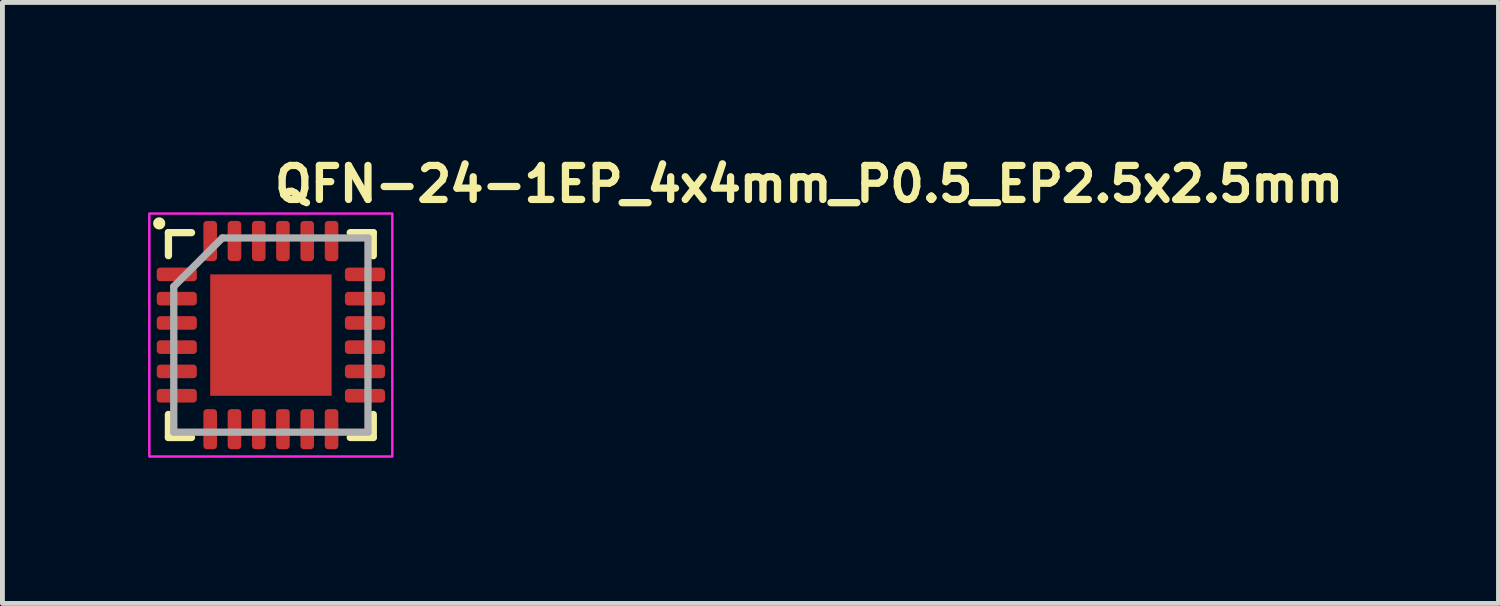
<source format=kicad_pcb>
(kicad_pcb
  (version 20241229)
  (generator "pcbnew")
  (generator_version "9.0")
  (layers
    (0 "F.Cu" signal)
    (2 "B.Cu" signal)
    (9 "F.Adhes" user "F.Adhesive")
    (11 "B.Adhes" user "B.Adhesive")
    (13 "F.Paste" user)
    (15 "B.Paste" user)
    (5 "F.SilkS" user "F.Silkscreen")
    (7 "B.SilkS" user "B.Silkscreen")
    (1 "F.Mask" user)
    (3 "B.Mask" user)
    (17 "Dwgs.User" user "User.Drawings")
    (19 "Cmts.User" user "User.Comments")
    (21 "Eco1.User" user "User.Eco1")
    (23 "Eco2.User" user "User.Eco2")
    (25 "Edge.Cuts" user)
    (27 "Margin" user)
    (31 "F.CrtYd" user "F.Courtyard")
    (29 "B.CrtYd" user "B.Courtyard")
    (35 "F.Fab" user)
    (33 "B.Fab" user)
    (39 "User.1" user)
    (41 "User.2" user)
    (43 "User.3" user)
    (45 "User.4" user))
  (footprint "QFN-24-1EP_4x4mm_P0.5_EP2.5x2.5mm"
    (layer "F.Cu")
    (at 2.528 3.85)
    (property "Reference" "QFN-24-1EP_4x4mm_P0.5_EP2.5x2.5mm" (at 0 -2.7 0) (layer "F.SilkS") (effects (font (size 0.7 0.7) (thickness 0.15)) (justify left bottom)))
    (attr smd)
    (fp_line (start -2.11 -1.636) (end -2.11 -2.11) (stroke (width 0.15) (type solid)) (layer "F.SilkS"))
    (fp_line (start -2.11 2.108) (end -2.11 1.634) (stroke (width 0.15) (type solid)) (layer "F.SilkS"))
    (fp_line (start -1.635 -2.11) (end -2.11 -2.11) (stroke (width 0.15) (type solid)) (layer "F.SilkS"))
    (fp_line (start -1.635 2.108) (end -2.11 2.108) (stroke (width 0.15) (type solid)) (layer "F.SilkS"))
    (fp_line (start 1.634 -2.11) (end 2.108 -2.11) (stroke (width 0.15) (type solid)) (layer "F.SilkS"))
    (fp_line (start 1.634 2.108) (end 2.108 2.108) (stroke (width 0.15) (type solid)) (layer "F.SilkS"))
    (fp_line (start 2.108 -2.11) (end 2.108 -1.635) (stroke (width 0.15) (type solid)) (layer "F.SilkS"))
    (fp_line (start 2.108 2.108) (end 2.108 1.634) (stroke (width 0.15) (type solid)) (layer "F.SilkS"))
    (fp_circle (center -2.3 -2.3) (end -2.25 -2.3) (stroke (width 0.15) (type solid)) (fill yes) (layer "F.SilkS"))
    (fp_rect (start -2.503 -2.503) (end 2.5 2.5) (stroke (width 0.05) (type solid)) (fill no) (layer "F.CrtYd"))
    (fp_line (start -2 -1) (end -1 -2) (stroke (width 0.15) (type solid)) (layer "F.Fab"))
    (fp_line (start -2 1.999) (end -2 -1) (stroke (width 0.15) (type solid)) (layer "F.Fab"))
    (fp_line (start -1 -2) (end 1.999 -2) (stroke (width 0.15) (type solid)) (layer "F.Fab"))
    (fp_line (start 1.999 -2) (end 1.999 1.999) (stroke (width 0.15) (type solid)) (layer "F.Fab"))
    (fp_line (start 1.999 1.999) (end -2 1.999) (stroke (width 0.15) (type solid)) (layer "F.Fab"))
    (fp_rect (start -2.003 -2.003) (end 2 2) (stroke (width 0.1) (type solid)) (fill no) (layer "User.5"))
    (fp_line (start -2 -1.364) (end -1.999 -1.364) (stroke (width 0.02) (type solid)) (layer "User.9"))
    (fp_line (start -2 -1.134) (end -2 -1.364) (stroke (width 0.02) (type solid)) (layer "User.9"))
    (fp_line (start -2 -0.863) (end -1.999 -0.863) (stroke (width 0.02) (type solid)) (layer "User.9"))
    (fp_line (start -2 -0.633) (end -2 -0.863) (stroke (width 0.02) (type solid)) (layer "User.9"))
    (fp_line (start -2 -0.363) (end -1.999 -0.363) (stroke (width 0.02) (type solid)) (layer "User.9"))
    (fp_line (start -2 -0.135) (end -2 -0.363) (stroke (width 0.02) (type solid)) (layer "User.9"))
    (fp_line (start -2 0.137) (end -1.999 0.137) (stroke (width 0.02) (type solid)) (layer "User.9"))
    (fp_line (start -2 0.365) (end -2 0.137) (stroke (width 0.02) (type solid)) (layer "User.9"))
    (fp_line (start -2 0.635) (end -1.999 0.635) (stroke (width 0.02) (type solid)) (layer "User.9"))
    (fp_line (start -2 0.865) (end -2 0.635) (stroke (width 0.02) (type solid)) (layer "User.9"))
    (fp_line (start -2 1.135) (end -1.999 1.135) (stroke (width 0.02) (type solid)) (layer "User.9"))
    (fp_line (start -2 1.365) (end -2 1.135) (stroke (width 0.02) (type solid)) (layer "User.9"))
    (fp_line (start -1.999 -1.999) (end -1.999 2) (stroke (width 0.02) (type solid)) (layer "User.9"))
    (fp_line (start -1.999 -1.134) (end -2 -1.134) (stroke (width 0.02) (type solid)) (layer "User.9"))
    (fp_line (start -1.999 -0.633) (end -2 -0.633) (stroke (width 0.02) (type solid)) (layer "User.9"))
    (fp_line (start -1.999 -0.135) (end -2 -0.135) (stroke (width 0.02) (type solid)) (layer "User.9"))
    (fp_line (start -1.999 0.365) (end -2 0.365) (stroke (width 0.02) (type solid)) (layer "User.9"))
    (fp_line (start -1.999 0.865) (end -2 0.865) (stroke (width 0.02) (type solid)) (layer "User.9"))
    (fp_line (start -1.999 1.365) (end -2 1.365) (stroke (width 0.02) (type solid)) (layer "User.9"))
    (fp_line (start -1.999 2) (end 2 2) (stroke (width 0.02) (type solid)) (layer "User.9"))
    (fp_line (start -1.6 -1.499) (end -1.598 -1.493) (stroke (width 0.02) (type solid)) (layer "User.9"))
    (fp_line (start -1.598 -1.519) (end -1.598 -1.515) (stroke (width 0.02) (type solid)) (layer "User.9"))
    (fp_line (start -1.598 -1.515) (end -1.598 -1.513) (stroke (width 0.02) (type solid)) (layer "User.9"))
    (fp_line (start -1.598 -1.513) (end -1.598 -1.509) (stroke (width 0.02) (type solid)) (layer "User.9"))
    (fp_line (start -1.598 -1.509) (end -1.598 -1.505) (stroke (width 0.02) (type solid)) (layer "User.9"))
    (fp_line (start -1.598 -1.505) (end -1.598 -1.503) (stroke (width 0.02) (type solid)) (layer "User.9"))
    (fp_line (start -1.598 -1.503) (end -1.6 -1.499) (stroke (width 0.02) (type solid)) (layer "User.9"))
    (fp_line (start -1.598 -1.493) (end -1.598 -1.485) (stroke (width 0.02) (type solid)) (layer "User.9"))
    (fp_line (start -1.598 -1.485) (end -1.598 -1.479) (stroke (width 0.02) (type solid)) (layer "User.9"))
    (fp_line (start -1.598 -1.479) (end -1.596 -1.473) (stroke (width 0.02) (type solid)) (layer "User.9"))
    (fp_line (start -1.596 -1.525) (end -1.596 -1.521) (stroke (width 0.02) (type solid)) (layer "User.9"))
    (fp_line (start -1.596 -1.521) (end -1.598 -1.519) (stroke (width 0.02) (type solid)) (layer "User.9"))
    (fp_line (start -1.596 -1.473) (end -1.594 -1.467) (stroke (width 0.02) (type solid)) (layer "User.9"))
    (fp_line (start -1.594 -1.531) (end -1.594 -1.529) (stroke (width 0.02) (type solid)) (layer "User.9"))
    (fp_line (start -1.594 -1.529) (end -1.596 -1.525) (stroke (width 0.02) (type solid)) (layer "User.9"))
    (fp_line (start -1.594 -1.467) (end -1.592 -1.461) (stroke (width 0.02) (type solid)) (layer "User.9"))
    (fp_line (start -1.592 -1.538) (end -1.592 -1.535) (stroke (width 0.02) (type solid)) (layer "User.9"))
    (fp_line (start -1.592 -1.535) (end -1.594 -1.531) (stroke (width 0.02) (type solid)) (layer "User.9"))
    (fp_line (start -1.592 -1.461) (end -1.588 -1.455) (stroke (width 0.02) (type solid)) (layer "User.9"))
    (fp_line (start -1.59 -1.54) (end -1.592 -1.538) (stroke (width 0.02) (type solid)) (layer "User.9"))
    (fp_line (start -1.588 -1.546) (end -1.588 -1.544) (stroke (width 0.02) (type solid)) (layer "User.9"))
    (fp_line (start -1.588 -1.544) (end -1.59 -1.54) (stroke (width 0.02) (type solid)) (layer "User.9"))
    (fp_line (start -1.588 -1.455) (end -1.586 -1.449) (stroke (width 0.02) (type solid)) (layer "User.9"))
    (fp_line (start -1.586 -1.55) (end -1.588 -1.546) (stroke (width 0.02) (type solid)) (layer "User.9"))
    (fp_line (start -1.586 -1.449) (end -1.582 -1.443) (stroke (width 0.02) (type solid)) (layer "User.9"))
    (fp_line (start -1.584 -1.552) (end -1.586 -1.55) (stroke (width 0.02) (type solid)) (layer "User.9"))
    (fp_line (start -1.582 -1.554) (end -1.584 -1.552) (stroke (width 0.02) (type solid)) (layer "User.9"))
    (fp_line (start -1.582 -1.443) (end -1.578 -1.439) (stroke (width 0.02) (type solid)) (layer "User.9"))
    (fp_line (start -1.58 -1.558) (end -1.582 -1.554) (stroke (width 0.02) (type solid)) (layer "User.9"))
    (fp_line (start -1.578 -1.56) (end -1.58 -1.558) (stroke (width 0.02) (type solid)) (layer "User.9"))
    (fp_line (start -1.578 -1.439) (end -1.574 -1.433) (stroke (width 0.02) (type solid)) (layer "User.9"))
    (fp_line (start -1.576 -1.562) (end -1.578 -1.56) (stroke (width 0.02) (type solid)) (layer "User.9"))
    (fp_line (start -1.574 -1.564) (end -1.576 -1.562) (stroke (width 0.02) (type solid)) (layer "User.9"))
    (fp_line (start -1.574 -1.433) (end -1.57 -1.429) (stroke (width 0.02) (type solid)) (layer "User.9"))
    (fp_line (start -1.572 -1.568) (end -1.574 -1.564) (stroke (width 0.02) (type solid)) (layer "User.9"))
    (fp_line (start -1.57 -1.57) (end -1.572 -1.568) (stroke (width 0.02) (type solid)) (layer "User.9"))
    (fp_line (start -1.57 -1.429) (end -1.566 -1.423) (stroke (width 0.02) (type solid)) (layer "User.9"))
    (fp_line (start -1.568 -1.572) (end -1.57 -1.57) (stroke (width 0.02) (type solid)) (layer "User.9"))
    (fp_line (start -1.566 -1.574) (end -1.568 -1.572) (stroke (width 0.02) (type solid)) (layer "User.9"))
    (fp_line (start -1.566 -1.423) (end -1.56 -1.419) (stroke (width 0.02) (type solid)) (layer "User.9"))
    (fp_line (start -1.562 -1.576) (end -1.566 -1.574) (stroke (width 0.02) (type solid)) (layer "User.9"))
    (fp_line (start -1.56 -1.578) (end -1.562 -1.576) (stroke (width 0.02) (type solid)) (layer "User.9"))
    (fp_line (start -1.56 -1.419) (end -1.554 -1.415) (stroke (width 0.02) (type solid)) (layer "User.9"))
    (fp_line (start -1.558 -1.58) (end -1.56 -1.578) (stroke (width 0.02) (type solid)) (layer "User.9"))
    (fp_line (start -1.554 -1.582) (end -1.558 -1.58) (stroke (width 0.02) (type solid)) (layer "User.9"))
    (fp_line (start -1.554 -1.415) (end -1.55 -1.413) (stroke (width 0.02) (type solid)) (layer "User.9"))
    (fp_line (start -1.552 -1.584) (end -1.554 -1.582) (stroke (width 0.02) (type solid)) (layer "User.9"))
    (fp_line (start -1.55 -1.586) (end -1.552 -1.584) (stroke (width 0.02) (type solid)) (layer "User.9"))
    (fp_line (start -1.55 -1.586) (end -1.55 -1.586) (stroke (width 0.02) (type solid)) (layer "User.9"))
    (fp_line (start -1.55 -1.413) (end -1.55 -1.413) (stroke (width 0.02) (type solid)) (layer "User.9"))
    (fp_line (start -1.55 -1.413) (end -1.544 -1.409) (stroke (width 0.02) (type solid)) (layer "User.9"))
    (fp_line (start -1.544 -1.588) (end -1.55 -1.586) (stroke (width 0.02) (type solid)) (layer "User.9"))
    (fp_line (start -1.544 -1.409) (end -1.538 -1.406) (stroke (width 0.02) (type solid)) (layer "User.9"))
    (fp_line (start -1.538 -1.592) (end -1.544 -1.588) (stroke (width 0.02) (type solid)) (layer "User.9"))
    (fp_line (start -1.538 -1.406) (end -1.531 -1.404) (stroke (width 0.02) (type solid)) (layer "User.9"))
    (fp_line (start -1.531 -1.594) (end -1.538 -1.592) (stroke (width 0.02) (type solid)) (layer "User.9"))
    (fp_line (start -1.531 -1.404) (end -1.525 -1.402) (stroke (width 0.02) (type solid)) (layer "User.9"))
    (fp_line (start -1.525 -1.596) (end -1.531 -1.594) (stroke (width 0.02) (type solid)) (layer "User.9"))
    (fp_line (start -1.525 -1.402) (end -1.519 -1.4) (stroke (width 0.02) (type solid)) (layer "User.9"))
    (fp_line (start -1.519 -1.598) (end -1.525 -1.596) (stroke (width 0.02) (type solid)) (layer "User.9"))
    (fp_line (start -1.519 -1.4) (end -1.511 -1.4) (stroke (width 0.02) (type solid)) (layer "User.9"))
    (fp_line (start -1.511 -1.598) (end -1.519 -1.598) (stroke (width 0.02) (type solid)) (layer "User.9"))
    (fp_line (start -1.511 -1.4) (end -1.505 -1.4) (stroke (width 0.02) (type solid)) (layer "User.9"))
    (fp_line (start -1.505 -1.598) (end -1.511 -1.598) (stroke (width 0.02) (type solid)) (layer "User.9"))
    (fp_line (start -1.505 -1.4) (end -1.499 -1.398) (stroke (width 0.02) (type solid)) (layer "User.9"))
    (fp_line (start -1.499 -1.6) (end -1.505 -1.598) (stroke (width 0.02) (type solid)) (layer "User.9"))
    (fp_line (start -1.499 -1.398) (end -1.493 -1.4) (stroke (width 0.02) (type solid)) (layer "User.9"))
    (fp_line (start -1.493 -1.598) (end -1.499 -1.6) (stroke (width 0.02) (type solid)) (layer "User.9"))
    (fp_line (start -1.493 -1.4) (end -1.487 -1.4) (stroke (width 0.02) (type solid)) (layer "User.9"))
    (fp_line (start -1.487 -1.598) (end -1.493 -1.598) (stroke (width 0.02) (type solid)) (layer "User.9"))
    (fp_line (start -1.487 -1.4) (end -1.479 -1.4) (stroke (width 0.02) (type solid)) (layer "User.9"))
    (fp_line (start -1.479 -1.598) (end -1.487 -1.598) (stroke (width 0.02) (type solid)) (layer "User.9"))
    (fp_line (start -1.479 -1.4) (end -1.473 -1.402) (stroke (width 0.02) (type solid)) (layer "User.9"))
    (fp_line (start -1.473 -1.596) (end -1.479 -1.598) (stroke (width 0.02) (type solid)) (layer "User.9"))
    (fp_line (start -1.473 -1.402) (end -1.467 -1.404) (stroke (width 0.02) (type solid)) (layer "User.9"))
    (fp_line (start -1.467 -1.594) (end -1.473 -1.596) (stroke (width 0.02) (type solid)) (layer "User.9"))
    (fp_line (start -1.467 -1.404) (end -1.461 -1.406) (stroke (width 0.02) (type solid)) (layer "User.9"))
    (fp_line (start -1.461 -1.592) (end -1.467 -1.594) (stroke (width 0.02) (type solid)) (layer "User.9"))
    (fp_line (start -1.461 -1.406) (end -1.455 -1.409) (stroke (width 0.02) (type solid)) (layer "User.9"))
    (fp_line (start -1.455 -1.588) (end -1.461 -1.592) (stroke (width 0.02) (type solid)) (layer "User.9"))
    (fp_line (start -1.455 -1.409) (end -1.449 -1.413) (stroke (width 0.02) (type solid)) (layer "User.9"))
    (fp_line (start -1.449 -1.586) (end -1.455 -1.588) (stroke (width 0.02) (type solid)) (layer "User.9"))
    (fp_line (start -1.449 -1.586) (end -1.449 -1.586) (stroke (width 0.02) (type solid)) (layer "User.9"))
    (fp_line (start -1.449 -1.413) (end -1.449 -1.413) (stroke (width 0.02) (type solid)) (layer "User.9"))
    (fp_line (start -1.449 -1.413) (end -1.447 -1.415) (stroke (width 0.02) (type solid)) (layer "User.9"))
    (fp_line (start -1.447 -1.415) (end -1.443 -1.415) (stroke (width 0.02) (type solid)) (layer "User.9"))
    (fp_line (start -1.443 -1.582) (end -1.449 -1.586) (stroke (width 0.02) (type solid)) (layer "User.9"))
    (fp_line (start -1.443 -1.415) (end -1.441 -1.417) (stroke (width 0.02) (type solid)) (layer "User.9"))
    (fp_line (start -1.441 -1.417) (end -1.437 -1.419) (stroke (width 0.02) (type solid)) (layer "User.9"))
    (fp_line (start -1.437 -1.578) (end -1.443 -1.582) (stroke (width 0.02) (type solid)) (layer "User.9"))
    (fp_line (start -1.437 -1.419) (end -1.435 -1.421) (stroke (width 0.02) (type solid)) (layer "User.9"))
    (fp_line (start -1.435 -1.421) (end -1.433 -1.423) (stroke (width 0.02) (type solid)) (layer "User.9"))
    (fp_line (start -1.433 -1.574) (end -1.437 -1.578) (stroke (width 0.02) (type solid)) (layer "User.9"))
    (fp_line (start -1.433 -1.423) (end -1.431 -1.427) (stroke (width 0.02) (type solid)) (layer "User.9"))
    (fp_line (start -1.431 -1.427) (end -1.429 -1.429) (stroke (width 0.02) (type solid)) (layer "User.9"))
    (fp_line (start -1.429 -1.57) (end -1.433 -1.574) (stroke (width 0.02) (type solid)) (layer "User.9"))
    (fp_line (start -1.429 -1.429) (end -1.425 -1.431) (stroke (width 0.02) (type solid)) (layer "User.9"))
    (fp_line (start -1.425 -1.431) (end -1.423 -1.433) (stroke (width 0.02) (type solid)) (layer "User.9"))
    (fp_line (start -1.423 -1.564) (end -1.429 -1.57) (stroke (width 0.02) (type solid)) (layer "User.9"))
    (fp_line (start -1.423 -1.433) (end -1.421 -1.435) (stroke (width 0.02) (type solid)) (layer "User.9"))
    (fp_line (start -1.421 -1.435) (end -1.419 -1.439) (stroke (width 0.02) (type solid)) (layer "User.9"))
    (fp_line (start -1.419 -1.56) (end -1.423 -1.564) (stroke (width 0.02) (type solid)) (layer "User.9"))
    (fp_line (start -1.419 -1.439) (end -1.417 -1.441) (stroke (width 0.02) (type solid)) (layer "User.9"))
    (fp_line (start -1.417 -1.441) (end -1.415 -1.443) (stroke (width 0.02) (type solid)) (layer "User.9"))
    (fp_line (start -1.415 -1.554) (end -1.419 -1.56) (stroke (width 0.02) (type solid)) (layer "User.9"))
    (fp_line (start -1.415 -1.447) (end -1.413 -1.449) (stroke (width 0.02) (type solid)) (layer "User.9"))
    (fp_line (start -1.415 -1.443) (end -1.415 -1.447) (stroke (width 0.02) (type solid)) (layer "User.9"))
    (fp_line (start -1.413 -1.55) (end -1.415 -1.554) (stroke (width 0.02) (type solid)) (layer "User.9"))
    (fp_line (start -1.413 -1.449) (end -1.411 -1.451) (stroke (width 0.02) (type solid)) (layer "User.9"))
    (fp_line (start -1.411 -1.451) (end -1.409 -1.455) (stroke (width 0.02) (type solid)) (layer "User.9"))
    (fp_line (start -1.409 -1.544) (end -1.413 -1.55) (stroke (width 0.02) (type solid)) (layer "User.9"))
    (fp_line (start -1.409 -1.455) (end -1.407 -1.457) (stroke (width 0.02) (type solid)) (layer "User.9"))
    (fp_line (start -1.407 -1.457) (end -1.406 -1.461) (stroke (width 0.02) (type solid)) (layer "User.9"))
    (fp_line (start -1.406 -1.538) (end -1.409 -1.544) (stroke (width 0.02) (type solid)) (layer "User.9"))
    (fp_line (start -1.406 -1.463) (end -1.404 -1.467) (stroke (width 0.02) (type solid)) (layer "User.9"))
    (fp_line (start -1.406 -1.461) (end -1.406 -1.463) (stroke (width 0.02) (type solid)) (layer "User.9"))
    (fp_line (start -1.404 -1.531) (end -1.406 -1.538) (stroke (width 0.02) (type solid)) (layer "User.9"))
    (fp_line (start -1.404 -1.469) (end -1.402 -1.473) (stroke (width 0.02) (type solid)) (layer "User.9"))
    (fp_line (start -1.404 -1.467) (end -1.404 -1.469) (stroke (width 0.02) (type solid)) (layer "User.9"))
    (fp_line (start -1.402 -1.525) (end -1.404 -1.531) (stroke (width 0.02) (type solid)) (layer "User.9"))
    (fp_line (start -1.402 -1.477) (end -1.4 -1.479) (stroke (width 0.02) (type solid)) (layer "User.9"))
    (fp_line (start -1.402 -1.473) (end -1.402 -1.477) (stroke (width 0.02) (type solid)) (layer "User.9"))
    (fp_line (start -1.4 -1.519) (end -1.402 -1.525) (stroke (width 0.02) (type solid)) (layer "User.9"))
    (fp_line (start -1.4 -1.513) (end -1.4 -1.519) (stroke (width 0.02) (type solid)) (layer "User.9"))
    (fp_line (start -1.4 -1.505) (end -1.4 -1.513) (stroke (width 0.02) (type solid)) (layer "User.9"))
    (fp_line (start -1.4 -1.495) (end -1.398 -1.499) (stroke (width 0.02) (type solid)) (layer "User.9"))
    (fp_line (start -1.4 -1.493) (end -1.4 -1.495) (stroke (width 0.02) (type solid)) (layer "User.9"))
    (fp_line (start -1.4 -1.489) (end -1.4 -1.493) (stroke (width 0.02) (type solid)) (layer "User.9"))
    (fp_line (start -1.4 -1.485) (end -1.4 -1.489) (stroke (width 0.02) (type solid)) (layer "User.9"))
    (fp_line (start -1.4 -1.483) (end -1.4 -1.485) (stroke (width 0.02) (type solid)) (layer "User.9"))
    (fp_line (start -1.4 -1.479) (end -1.4 -1.483) (stroke (width 0.02) (type solid)) (layer "User.9"))
    (fp_line (start -1.398 -1.499) (end -1.4 -1.505) (stroke (width 0.02) (type solid)) (layer "User.9"))
    (fp_line (start -1.364 -2) (end -1.134 -2) (stroke (width 0.02) (type solid)) (layer "User.9"))
    (fp_line (start -1.364 -1.999) (end -1.364 -2) (stroke (width 0.02) (type solid)) (layer "User.9"))
    (fp_line (start -1.364 2) (end -1.364 2.003) (stroke (width 0.02) (type solid)) (layer "User.9"))
    (fp_line (start -1.364 2.003) (end -1.134 2.003) (stroke (width 0.02) (type solid)) (layer "User.9"))
    (fp_line (start -1.134 -2) (end -1.134 -1.999) (stroke (width 0.02) (type solid)) (layer "User.9"))
    (fp_line (start -1.134 2.003) (end -1.134 2) (stroke (width 0.02) (type solid)) (layer "User.9"))
    (fp_line (start -0.863 -2) (end -0.633 -2) (stroke (width 0.02) (type solid)) (layer "User.9"))
    (fp_line (start -0.863 -1.999) (end -0.863 -2) (stroke (width 0.02) (type solid)) (layer "User.9"))
    (fp_line (start -0.863 2) (end -0.863 2.003) (stroke (width 0.02) (type solid)) (layer "User.9"))
    (fp_line (start -0.863 2.003) (end -0.633 2.003) (stroke (width 0.02) (type solid)) (layer "User.9"))
    (fp_line (start -0.633 -2) (end -0.633 -1.999) (stroke (width 0.02) (type solid)) (layer "User.9"))
    (fp_line (start -0.633 2.003) (end -0.633 2) (stroke (width 0.02) (type solid)) (layer "User.9"))
    (fp_line (start -0.363 -2) (end -0.135 -2) (stroke (width 0.02) (type solid)) (layer "User.9"))
    (fp_line (start -0.363 -1.999) (end -0.363 -2) (stroke (width 0.02) (type solid)) (layer "User.9"))
    (fp_line (start -0.363 2) (end -0.363 2.003) (stroke (width 0.02) (type solid)) (layer "User.9"))
    (fp_line (start -0.363 2.003) (end -0.135 2.003) (stroke (width 0.02) (type solid)) (layer "User.9"))
    (fp_line (start -0.135 -2) (end -0.135 -1.999) (stroke (width 0.02) (type solid)) (layer "User.9"))
    (fp_line (start -0.135 2.003) (end -0.135 2) (stroke (width 0.02) (type solid)) (layer "User.9"))
    (fp_line (start 0.137 -2) (end 0.365 -2) (stroke (width 0.02) (type solid)) (layer "User.9"))
    (fp_line (start 0.137 -1.999) (end 0.137 -2) (stroke (width 0.02) (type solid)) (layer "User.9"))
    (fp_line (start 0.137 2) (end 0.137 2.003) (stroke (width 0.02) (type solid)) (layer "User.9"))
    (fp_line (start 0.137 2.003) (end 0.365 2.003) (stroke (width 0.02) (type solid)) (layer "User.9"))
    (fp_line (start 0.365 -2) (end 0.365 -1.999) (stroke (width 0.02) (type solid)) (layer "User.9"))
    (fp_line (start 0.365 2.003) (end 0.365 2) (stroke (width 0.02) (type solid)) (layer "User.9"))
    (fp_line (start 0.635 -2) (end 0.865 -2) (stroke (width 0.02) (type solid)) (layer "User.9"))
    (fp_line (start 0.635 -1.999) (end 0.635 -2) (stroke (width 0.02) (type solid)) (layer "User.9"))
    (fp_line (start 0.635 2) (end 0.635 2.003) (stroke (width 0.02) (type solid)) (layer "User.9"))
    (fp_line (start 0.635 2.003) (end 0.865 2.003) (stroke (width 0.02) (type solid)) (layer "User.9"))
    (fp_line (start 0.865 -2) (end 0.865 -1.999) (stroke (width 0.02) (type solid)) (layer "User.9"))
    (fp_line (start 0.865 2.003) (end 0.865 2) (stroke (width 0.02) (type solid)) (layer "User.9"))
    (fp_line (start 1.135 -2) (end 1.365 -2) (stroke (width 0.02) (type solid)) (layer "User.9"))
    (fp_line (start 1.135 -1.999) (end 1.135 -2) (stroke (width 0.02) (type solid)) (layer "User.9"))
    (fp_line (start 1.135 2) (end 1.135 2.003) (stroke (width 0.02) (type solid)) (layer "User.9"))
    (fp_line (start 1.135 2.003) (end 1.365 2.003) (stroke (width 0.02) (type solid)) (layer "User.9"))
    (fp_line (start 1.365 -2) (end 1.365 -1.999) (stroke (width 0.02) (type solid)) (layer "User.9"))
    (fp_line (start 1.365 2.003) (end 1.365 2) (stroke (width 0.02) (type solid)) (layer "User.9"))
    (fp_line (start 2 -1.999) (end -1.999 -1.999) (stroke (width 0.02) (type solid)) (layer "User.9"))
    (fp_line (start 2 -1.134) (end 2.003 -1.134) (stroke (width 0.02) (type solid)) (layer "User.9"))
    (fp_line (start 2 -0.633) (end 2.003 -0.633) (stroke (width 0.02) (type solid)) (layer "User.9"))
    (fp_line (start 2 -0.135) (end 2.003 -0.135) (stroke (width 0.02) (type solid)) (layer "User.9"))
    (fp_line (start 2 0.365) (end 2.003 0.365) (stroke (width 0.02) (type solid)) (layer "User.9"))
    (fp_line (start 2 0.865) (end 2.003 0.865) (stroke (width 0.02) (type solid)) (layer "User.9"))
    (fp_line (start 2 1.365) (end 2.003 1.365) (stroke (width 0.02) (type solid)) (layer "User.9"))
    (fp_line (start 2 2) (end 2 -1.999) (stroke (width 0.02) (type solid)) (layer "User.9"))
    (fp_line (start 2.003 -1.364) (end 2 -1.364) (stroke (width 0.02) (type solid)) (layer "User.9"))
    (fp_line (start 2.003 -1.134) (end 2.003 -1.364) (stroke (width 0.02) (type solid)) (layer "User.9"))
    (fp_line (start 2.003 -0.863) (end 2 -0.863) (stroke (width 0.02) (type solid)) (layer "User.9"))
    (fp_line (start 2.003 -0.633) (end 2.003 -0.863) (stroke (width 0.02) (type solid)) (layer "User.9"))
    (fp_line (start 2.003 -0.363) (end 2 -0.363) (stroke (width 0.02) (type solid)) (layer "User.9"))
    (fp_line (start 2.003 -0.135) (end 2.003 -0.363) (stroke (width 0.02) (type solid)) (layer "User.9"))
    (fp_line (start 2.003 0.137) (end 2 0.137) (stroke (width 0.02) (type solid)) (layer "User.9"))
    (fp_line (start 2.003 0.365) (end 2.003 0.137) (stroke (width 0.02) (type solid)) (layer "User.9"))
    (fp_line (start 2.003 0.635) (end 2 0.635) (stroke (width 0.02) (type solid)) (layer "User.9"))
    (fp_line (start 2.003 0.865) (end 2.003 0.635) (stroke (width 0.02) (type solid)) (layer "User.9"))
    (fp_line (start 2.003 1.135) (end 2 1.135) (stroke (width 0.02) (type solid)) (layer "User.9"))
    (fp_line (start 2.003 1.365) (end 2.003 1.135) (stroke (width 0.02) (type solid)) (layer "User.9"))
    (pad "" smd roundrect (at -0.5 -0.5) (size 0.8 0.8) (layers "F.Paste") (roundrect_rratio 0.238))
    (pad "" smd roundrect (at -0.5 0.5) (size 0.8 0.8) (layers "F.Paste") (roundrect_rratio 0.238))
    (pad "" smd roundrect (at 0.5 -0.5) (size 0.8 0.8) (layers "F.Paste") (roundrect_rratio 0.238))
    (pad "" smd roundrect (at 0.5 0.5) (size 0.8 0.8) (layers "F.Paste") (roundrect_rratio 0.238))
    (pad "1" smd roundrect (at -1.938 -1.25) (size 0.825 0.28) (layers "F.Cu" "F.Mask" "F.Paste") (roundrect_rratio 0.25))
    (pad "2" smd roundrect (at -1.938 -0.75) (size 0.825 0.28) (layers "F.Cu" "F.Mask" "F.Paste") (roundrect_rratio 0.25))
    (pad "3" smd roundrect (at -1.938 -0.25) (size 0.825 0.28) (layers "F.Cu" "F.Mask" "F.Paste") (roundrect_rratio 0.25))
    (pad "4" smd roundrect (at -1.938 0.248) (size 0.825 0.28) (layers "F.Cu" "F.Mask" "F.Paste") (roundrect_rratio 0.25))
    (pad "5" smd roundrect (at -1.938 0.748) (size 0.825 0.28) (layers "F.Cu" "F.Mask" "F.Paste") (roundrect_rratio 0.25))
    (pad "6" smd roundrect (at -1.938 1.249) (size 0.825 0.28) (layers "F.Cu" "F.Mask" "F.Paste") (roundrect_rratio 0.25))
    (pad "7" smd roundrect (at -1.25 1.937) (size 0.28 0.825) (layers "F.Cu" "F.Mask" "F.Paste") (roundrect_rratio 0.25))
    (pad "8" smd roundrect (at -0.75 1.937) (size 0.28 0.825) (layers "F.Cu" "F.Mask" "F.Paste") (roundrect_rratio 0.25))
    (pad "9" smd roundrect (at -0.25 1.937) (size 0.28 0.825) (layers "F.Cu" "F.Mask" "F.Paste") (roundrect_rratio 0.25))
    (pad "10" smd roundrect (at 0.248 1.937) (size 0.28 0.825) (layers "F.Cu" "F.Mask" "F.Paste") (roundrect_rratio 0.25))
    (pad "11" smd roundrect (at 0.748 1.937) (size 0.28 0.825) (layers "F.Cu" "F.Mask" "F.Paste") (roundrect_rratio 0.25))
    (pad "12" smd roundrect (at 1.249 1.937) (size 0.28 0.825) (layers "F.Cu" "F.Mask" "F.Paste") (roundrect_rratio 0.25))
    (pad "13" smd roundrect (at 1.937 1.249) (size 0.825 0.28) (layers "F.Cu" "F.Mask" "F.Paste") (roundrect_rratio 0.25))
    (pad "14" smd roundrect (at 1.937 0.748) (size 0.825 0.28) (layers "F.Cu" "F.Mask" "F.Paste") (roundrect_rratio 0.25))
    (pad "15" smd roundrect (at 1.937 0.248) (size 0.825 0.28) (layers "F.Cu" "F.Mask" "F.Paste") (roundrect_rratio 0.25))
    (pad "16" smd roundrect (at 1.937 -0.25) (size 0.825 0.28) (layers "F.Cu" "F.Mask" "F.Paste") (roundrect_rratio 0.25))
    (pad "17" smd roundrect (at 1.937 -0.75) (size 0.825 0.28) (layers "F.Cu" "F.Mask" "F.Paste") (roundrect_rratio 0.25))
    (pad "18" smd roundrect (at 1.937 -1.25) (size 0.825 0.28) (layers "F.Cu" "F.Mask" "F.Paste") (roundrect_rratio 0.25))
    (pad "19" smd roundrect (at 1.249 -1.938) (size 0.28 0.825) (layers "F.Cu" "F.Mask" "F.Paste") (roundrect_rratio 0.25))
    (pad "20" smd roundrect (at 0.748 -1.938) (size 0.28 0.825) (layers "F.Cu" "F.Mask" "F.Paste") (roundrect_rratio 0.25))
    (pad "21" smd roundrect (at 0.248 -1.938) (size 0.28 0.825) (layers "F.Cu" "F.Mask" "F.Paste") (roundrect_rratio 0.25))
    (pad "22" smd roundrect (at -0.25 -1.938) (size 0.28 0.825) (layers "F.Cu" "F.Mask" "F.Paste") (roundrect_rratio 0.25))
    (pad "23" smd roundrect (at -0.75 -1.938) (size 0.28 0.825) (layers "F.Cu" "F.Mask" "F.Paste") (roundrect_rratio 0.25))
    (pad "24" smd roundrect (at -1.25 -1.938) (size 0.28 0.825) (layers "F.Cu" "F.Mask" "F.Paste") (roundrect_rratio 0.25))
    (pad "25" smd rect (at 0 0) (size 2.5 2.5) (layers "F.Cu" "F.Mask")))
  (gr_rect
    (start -3 -3)
    (end 27.805 9.375)
    (stroke (width 0.1) (type default))
    (fill no)
    (layer "Edge.Cuts")))
</source>
